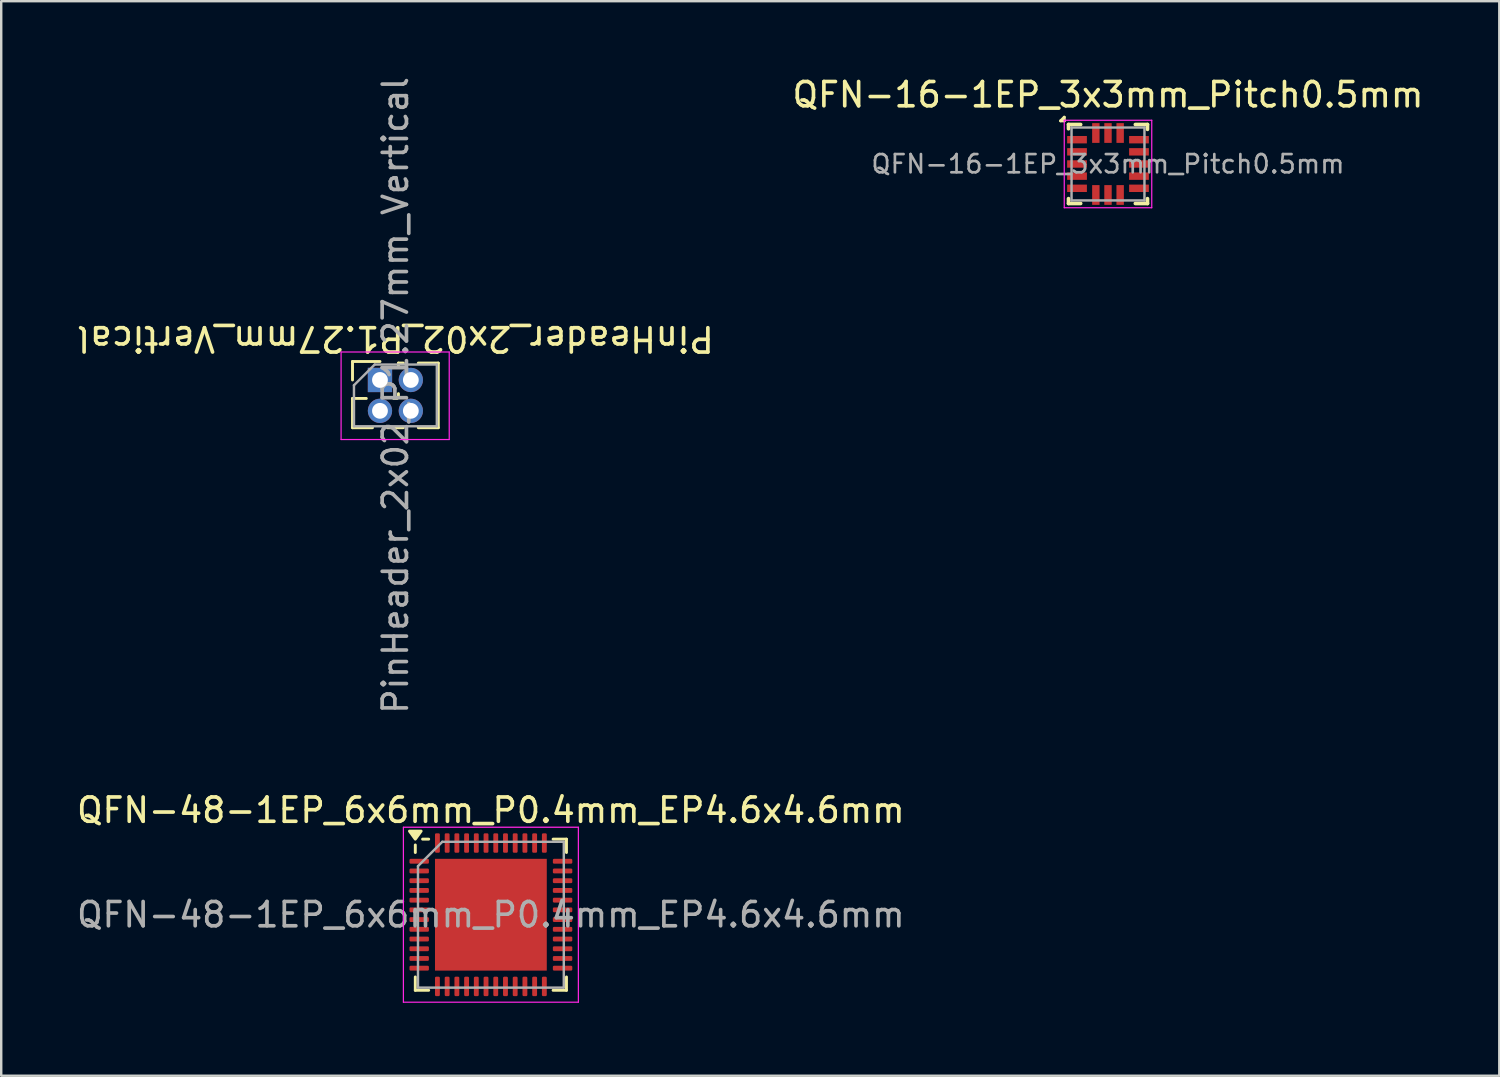
<source format=kicad_pcb>
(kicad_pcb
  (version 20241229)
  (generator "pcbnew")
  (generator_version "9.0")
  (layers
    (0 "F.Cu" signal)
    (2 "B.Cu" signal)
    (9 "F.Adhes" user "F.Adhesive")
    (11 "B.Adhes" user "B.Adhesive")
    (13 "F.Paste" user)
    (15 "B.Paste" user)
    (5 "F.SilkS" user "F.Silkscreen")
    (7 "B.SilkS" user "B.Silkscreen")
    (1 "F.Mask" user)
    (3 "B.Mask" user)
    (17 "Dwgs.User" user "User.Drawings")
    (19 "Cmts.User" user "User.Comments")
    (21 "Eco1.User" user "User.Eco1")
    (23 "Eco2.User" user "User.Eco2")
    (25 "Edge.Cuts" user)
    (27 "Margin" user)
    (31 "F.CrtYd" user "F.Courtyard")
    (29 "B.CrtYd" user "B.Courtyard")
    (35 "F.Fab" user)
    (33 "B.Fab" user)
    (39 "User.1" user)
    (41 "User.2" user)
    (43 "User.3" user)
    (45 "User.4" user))
  (footprint "QFN-48-1EP_6x6mm_P0.4mm_EP4.6x4.6mm"
    (layer "F.Cu")
    (at 17.149 34.589)
    (property "Reference" "QFN-48-1EP_6x6mm_P0.4mm_EP4.6x4.6mm" (at 0 -4.3 0) (unlocked yes) (layer "F.SilkS") (effects (font (size 1 1) (thickness 0.15))))
    (attr smd)
    (fp_line (start -3.11 -2.56) (end -3.11 -2.87) (stroke (width 0.12) (type solid)) (layer "F.SilkS"))
    (fp_line (start -3.11 3.11) (end -3.11 2.56) (stroke (width 0.12) (type solid)) (layer "F.SilkS"))
    (fp_line (start -2.56 -3.11) (end -2.81 -3.11) (stroke (width 0.12) (type solid)) (layer "F.SilkS"))
    (fp_line (start -2.56 3.11) (end -3.11 3.11) (stroke (width 0.12) (type solid)) (layer "F.SilkS"))
    (fp_line (start 2.56 -3.11) (end 3.11 -3.11) (stroke (width 0.12) (type solid)) (layer "F.SilkS"))
    (fp_line (start 2.56 3.11) (end 3.11 3.11) (stroke (width 0.12) (type solid)) (layer "F.SilkS"))
    (fp_line (start 3.11 -3.11) (end 3.11 -2.56) (stroke (width 0.12) (type solid)) (layer "F.SilkS"))
    (fp_line (start 3.11 3.11) (end 3.11 2.56) (stroke (width 0.12) (type solid)) (layer "F.SilkS"))
    (fp_poly (pts (xy -3.11 -3.11) (xy -3.35 -3.44) (xy -2.87 -3.44) (xy -3.11 -3.11)) (stroke (width 0.12) (type solid)) (fill yes) (layer "F.SilkS"))
    (fp_line (start -3.6 -3.6) (end -3.6 3.6) (stroke (width 0.05) (type solid)) (layer "F.CrtYd"))
    (fp_line (start -3.6 3.6) (end 3.6 3.6) (stroke (width 0.05) (type solid)) (layer "F.CrtYd"))
    (fp_line (start 3.6 -3.6) (end -3.6 -3.6) (stroke (width 0.05) (type solid)) (layer "F.CrtYd"))
    (fp_line (start 3.6 3.6) (end 3.6 -3.6) (stroke (width 0.05) (type solid)) (layer "F.CrtYd"))
    (fp_line (start -3 -2) (end -2 -3) (stroke (width 0.1) (type solid)) (layer "F.Fab"))
    (fp_line (start -3 3) (end -3 -2) (stroke (width 0.1) (type solid)) (layer "F.Fab"))
    (fp_line (start -2 -3) (end 3 -3) (stroke (width 0.1) (type solid)) (layer "F.Fab"))
    (fp_line (start 3 -3) (end 3 3) (stroke (width 0.1) (type solid)) (layer "F.Fab"))
    (fp_line (start 3 3) (end -3 3) (stroke (width 0.1) (type solid)) (layer "F.Fab"))
    (fp_text user "${REFERENCE}" (at 0 0 0) (layer "F.Fab") (effects (font (size 1 1) (thickness 0.15))))
    (pad "" smd roundrect (at -1.53 -1.53) (size 1.24 1.24) (layers "F.Paste") (roundrect_rratio 0.202))
    (pad "" smd roundrect (at -1.53 0) (size 1.24 1.24) (layers "F.Paste") (roundrect_rratio 0.202))
    (pad "" smd roundrect (at -1.53 1.53) (size 1.24 1.24) (layers "F.Paste") (roundrect_rratio 0.202))
    (pad "" smd roundrect (at 0 -1.53) (size 1.24 1.24) (layers "F.Paste") (roundrect_rratio 0.202))
    (pad "" smd roundrect (at 0 0) (size 1.24 1.24) (layers "F.Paste") (roundrect_rratio 0.202))
    (pad "" smd roundrect (at 0 1.53) (size 1.24 1.24) (layers "F.Paste") (roundrect_rratio 0.202))
    (pad "" smd roundrect (at 1.53 -1.53) (size 1.24 1.24) (layers "F.Paste") (roundrect_rratio 0.202))
    (pad "" smd roundrect (at 1.53 0) (size 1.24 1.24) (layers "F.Paste") (roundrect_rratio 0.202))
    (pad "" smd roundrect (at 1.53 1.53) (size 1.24 1.24) (layers "F.Paste") (roundrect_rratio 0.202))
    (pad "1" smd roundrect (at -2.95 -2.2) (size 0.8 0.2) (layers "F.Cu" "F.Mask" "F.Paste") (roundrect_rratio 0.25))
    (pad "2" smd roundrect (at -2.95 -1.8) (size 0.8 0.2) (layers "F.Cu" "F.Mask" "F.Paste") (roundrect_rratio 0.25))
    (pad "3" smd roundrect (at -2.95 -1.4) (size 0.8 0.2) (layers "F.Cu" "F.Mask" "F.Paste") (roundrect_rratio 0.25))
    (pad "4" smd roundrect (at -2.95 -1) (size 0.8 0.2) (layers "F.Cu" "F.Mask" "F.Paste") (roundrect_rratio 0.25))
    (pad "5" smd roundrect (at -2.95 -0.6) (size 0.8 0.2) (layers "F.Cu" "F.Mask" "F.Paste") (roundrect_rratio 0.25))
    (pad "6" smd roundrect (at -2.95 -0.2) (size 0.8 0.2) (layers "F.Cu" "F.Mask" "F.Paste") (roundrect_rratio 0.25))
    (pad "7" smd roundrect (at -2.95 0.2) (size 0.8 0.2) (layers "F.Cu" "F.Mask" "F.Paste") (roundrect_rratio 0.25))
    (pad "8" smd roundrect (at -2.95 0.6) (size 0.8 0.2) (layers "F.Cu" "F.Mask" "F.Paste") (roundrect_rratio 0.25))
    (pad "9" smd roundrect (at -2.95 1) (size 0.8 0.2) (layers "F.Cu" "F.Mask" "F.Paste") (roundrect_rratio 0.25))
    (pad "10" smd roundrect (at -2.95 1.4) (size 0.8 0.2) (layers "F.Cu" "F.Mask" "F.Paste") (roundrect_rratio 0.25))
    (pad "11" smd roundrect (at -2.95 1.8) (size 0.8 0.2) (layers "F.Cu" "F.Mask" "F.Paste") (roundrect_rratio 0.25))
    (pad "12" smd roundrect (at -2.95 2.2) (size 0.8 0.2) (layers "F.Cu" "F.Mask" "F.Paste") (roundrect_rratio 0.25))
    (pad "13" smd roundrect (at -2.2 2.95) (size 0.2 0.8) (layers "F.Cu" "F.Mask" "F.Paste") (roundrect_rratio 0.25))
    (pad "14" smd roundrect (at -1.8 2.95) (size 0.2 0.8) (layers "F.Cu" "F.Mask" "F.Paste") (roundrect_rratio 0.25))
    (pad "15" smd roundrect (at -1.4 2.95) (size 0.2 0.8) (layers "F.Cu" "F.Mask" "F.Paste") (roundrect_rratio 0.25))
    (pad "16" smd roundrect (at -1 2.95) (size 0.2 0.8) (layers "F.Cu" "F.Mask" "F.Paste") (roundrect_rratio 0.25))
    (pad "17" smd roundrect (at -0.6 2.95) (size 0.2 0.8) (layers "F.Cu" "F.Mask" "F.Paste") (roundrect_rratio 0.25))
    (pad "18" smd roundrect (at -0.2 2.95) (size 0.2 0.8) (layers "F.Cu" "F.Mask" "F.Paste") (roundrect_rratio 0.25))
    (pad "19" smd roundrect (at 0.2 2.95) (size 0.2 0.8) (layers "F.Cu" "F.Mask" "F.Paste") (roundrect_rratio 0.25))
    (pad "20" smd roundrect (at 0.6 2.95) (size 0.2 0.8) (layers "F.Cu" "F.Mask" "F.Paste") (roundrect_rratio 0.25))
    (pad "21" smd roundrect (at 1 2.95) (size 0.2 0.8) (layers "F.Cu" "F.Mask" "F.Paste") (roundrect_rratio 0.25))
    (pad "22" smd roundrect (at 1.4 2.95) (size 0.2 0.8) (layers "F.Cu" "F.Mask" "F.Paste") (roundrect_rratio 0.25))
    (pad "23" smd roundrect (at 1.8 2.95) (size 0.2 0.8) (layers "F.Cu" "F.Mask" "F.Paste") (roundrect_rratio 0.25))
    (pad "24" smd roundrect (at 2.2 2.95) (size 0.2 0.8) (layers "F.Cu" "F.Mask" "F.Paste") (roundrect_rratio 0.25))
    (pad "25" smd roundrect (at 2.95 2.2) (size 0.8 0.2) (layers "F.Cu" "F.Mask" "F.Paste") (roundrect_rratio 0.25))
    (pad "26" smd roundrect (at 2.95 1.8) (size 0.8 0.2) (layers "F.Cu" "F.Mask" "F.Paste") (roundrect_rratio 0.25))
    (pad "27" smd roundrect (at 2.95 1.4) (size 0.8 0.2) (layers "F.Cu" "F.Mask" "F.Paste") (roundrect_rratio 0.25))
    (pad "28" smd roundrect (at 2.95 1) (size 0.8 0.2) (layers "F.Cu" "F.Mask" "F.Paste") (roundrect_rratio 0.25))
    (pad "29" smd roundrect (at 2.95 0.6) (size 0.8 0.2) (layers "F.Cu" "F.Mask" "F.Paste") (roundrect_rratio 0.25))
    (pad "30" smd roundrect (at 2.95 0.2) (size 0.8 0.2) (layers "F.Cu" "F.Mask" "F.Paste") (roundrect_rratio 0.25))
    (pad "31" smd roundrect (at 2.95 -0.2) (size 0.8 0.2) (layers "F.Cu" "F.Mask" "F.Paste") (roundrect_rratio 0.25))
    (pad "32" smd roundrect (at 2.95 -0.6) (size 0.8 0.2) (layers "F.Cu" "F.Mask" "F.Paste") (roundrect_rratio 0.25))
    (pad "33" smd roundrect (at 2.95 -1) (size 0.8 0.2) (layers "F.Cu" "F.Mask" "F.Paste") (roundrect_rratio 0.25))
    (pad "34" smd roundrect (at 2.95 -1.4) (size 0.8 0.2) (layers "F.Cu" "F.Mask" "F.Paste") (roundrect_rratio 0.25))
    (pad "35" smd roundrect (at 2.95 -1.8) (size 0.8 0.2) (layers "F.Cu" "F.Mask" "F.Paste") (roundrect_rratio 0.25))
    (pad "36" smd roundrect (at 2.95 -2.2) (size 0.8 0.2) (layers "F.Cu" "F.Mask" "F.Paste") (roundrect_rratio 0.25))
    (pad "37" smd roundrect (at 2.2 -2.95) (size 0.2 0.8) (layers "F.Cu" "F.Mask" "F.Paste") (roundrect_rratio 0.25))
    (pad "38" smd roundrect (at 1.8 -2.95) (size 0.2 0.8) (layers "F.Cu" "F.Mask" "F.Paste") (roundrect_rratio 0.25))
    (pad "39" smd roundrect (at 1.4 -2.95) (size 0.2 0.8) (layers "F.Cu" "F.Mask" "F.Paste") (roundrect_rratio 0.25))
    (pad "40" smd roundrect (at 1 -2.95) (size 0.2 0.8) (layers "F.Cu" "F.Mask" "F.Paste") (roundrect_rratio 0.25))
    (pad "41" smd roundrect (at 0.6 -2.95) (size 0.2 0.8) (layers "F.Cu" "F.Mask" "F.Paste") (roundrect_rratio 0.25))
    (pad "42" smd roundrect (at 0.2 -2.95) (size 0.2 0.8) (layers "F.Cu" "F.Mask" "F.Paste") (roundrect_rratio 0.25))
    (pad "43" smd roundrect (at -0.2 -2.95) (size 0.2 0.8) (layers "F.Cu" "F.Mask" "F.Paste") (roundrect_rratio 0.25))
    (pad "44" smd roundrect (at -0.6 -2.95) (size 0.2 0.8) (layers "F.Cu" "F.Mask" "F.Paste") (roundrect_rratio 0.25))
    (pad "45" smd roundrect (at -1 -2.95) (size 0.2 0.8) (layers "F.Cu" "F.Mask" "F.Paste") (roundrect_rratio 0.25))
    (pad "46" smd roundrect (at -1.4 -2.95) (size 0.2 0.8) (layers "F.Cu" "F.Mask" "F.Paste") (roundrect_rratio 0.25))
    (pad "47" smd roundrect (at -1.8 -2.95) (size 0.2 0.8) (layers "F.Cu" "F.Mask" "F.Paste") (roundrect_rratio 0.25))
    (pad "48" smd roundrect (at -2.2 -2.95) (size 0.2 0.8) (layers "F.Cu" "F.Mask" "F.Paste") (roundrect_rratio 0.25))
    (pad "49" smd rect (at 0 0) (size 4.6 4.6) (property pad_prop_heatsink) (layers "F.Cu" "F.Mask")))
  (footprint "QFN-16-1EP_3x3mm_Pitch0.5mm"
    (layer "F.Cu")
    (at 42.542 3.698)
    (property "Reference" "QFN-16-1EP_3x3mm_Pitch0.5mm" (at 0 -2.85 0) (layer "F.SilkS") (effects (font (size 1 1) (thickness 0.15))))
    (attr smd)
    (fp_line (start -1.95 -1.775) (end -1.8 -1.775) (stroke (width 0.12) (type default)) (layer "F.SilkS"))
    (fp_line (start -1.8 -1.925) (end -1.95 -1.775) (stroke (width 0.12) (type default)) (layer "F.SilkS"))
    (fp_line (start -1.8 -1.775) (end -1.8 -1.925) (stroke (width 0.12) (type default)) (layer "F.SilkS"))
    (fp_line (start -1.625 -1.625) (end -1.625 -1.45) (stroke (width 0.15) (type default)) (layer "F.SilkS"))
    (fp_line (start -1.625 -1.625) (end -1.125 -1.625) (stroke (width 0.15) (type solid)) (layer "F.SilkS"))
    (fp_line (start -1.625 1.625) (end -1.625 1.425) (stroke (width 0.15) (type solid)) (layer "F.SilkS"))
    (fp_line (start -1.625 1.625) (end -1.125 1.625) (stroke (width 0.15) (type solid)) (layer "F.SilkS"))
    (fp_line (start 1.625 -1.625) (end 1.125 -1.625) (stroke (width 0.15) (type solid)) (layer "F.SilkS"))
    (fp_line (start 1.625 -1.625) (end 1.625 -1.425) (stroke (width 0.15) (type solid)) (layer "F.SilkS"))
    (fp_line (start 1.625 1.625) (end 1.125 1.625) (stroke (width 0.15) (type solid)) (layer "F.SilkS"))
    (fp_line (start 1.625 1.625) (end 1.625 1.425) (stroke (width 0.15) (type solid)) (layer "F.SilkS"))
    (fp_line (start -1.8 -1.8) (end -1.8 1.8) (stroke (width 0.05) (type default)) (layer "F.CrtYd"))
    (fp_line (start -1.8 1.8) (end 1.8 1.8) (stroke (width 0.05) (type default)) (layer "F.CrtYd"))
    (fp_line (start 1.8 -1.8) (end -1.8 -1.8) (stroke (width 0.05) (type default)) (layer "F.CrtYd"))
    (fp_line (start 1.8 1.8) (end 1.8 -1.8) (stroke (width 0.05) (type default)) (layer "F.CrtYd"))
    (fp_line (start -1.5 -1.5) (end 1.5 -1.5) (stroke (width 0.1) (type default)) (layer "F.Fab"))
    (fp_line (start -1.5 1.5) (end -1.5 -1.5) (stroke (width 0.1) (type default)) (layer "F.Fab"))
    (fp_line (start 1.5 -1.5) (end 1.5 1.5) (stroke (width 0.1) (type default)) (layer "F.Fab"))
    (fp_line (start 1.5 1.5) (end -1.5 1.5) (stroke (width 0.1) (type default)) (layer "F.Fab"))
    (fp_text user "${REFERENCE}" (at 0 0 0) (layer "F.Fab") (effects (font (size 0.75 0.75) (thickness 0.11))))
    (pad "1" smd rect (at -1.275 -1) (size 0.812 0.305) (layers "F.Cu" "F.Mask" "F.Paste"))
    (pad "2" smd rect (at -1.275 -0.5) (size 0.813 0.305) (layers "F.Cu" "F.Mask" "F.Paste"))
    (pad "3" smd rect (at -1.275 0) (size 0.813 0.305) (layers "F.Cu" "F.Mask" "F.Paste"))
    (pad "4" smd rect (at -1.275 0.5) (size 0.813 0.305) (layers "F.Cu" "F.Mask" "F.Paste"))
    (pad "5" smd rect (at -1.275 1) (size 0.813 0.305) (layers "F.Cu" "F.Mask" "F.Paste"))
    (pad "6" smd rect (at -0.5 1.275 90) (size 0.813 0.305) (layers "F.Cu" "F.Mask" "F.Paste"))
    (pad "7" smd rect (at 0 1.275 90) (size 0.813 0.305) (layers "F.Cu" "F.Mask" "F.Paste"))
    (pad "8" smd rect (at 0.5 1.275 90) (size 0.813 0.305) (layers "F.Cu" "F.Mask" "F.Paste"))
    (pad "9" smd rect (at 1.275 1) (size 0.813 0.305) (layers "F.Cu" "F.Mask" "F.Paste"))
    (pad "10" smd rect (at 1.275 0.5) (size 0.813 0.305) (layers "F.Cu" "F.Mask" "F.Paste"))
    (pad "11" smd rect (at 1.275 0) (size 0.813 0.305) (layers "F.Cu" "F.Mask" "F.Paste"))
    (pad "12" smd rect (at 1.275 -0.5) (size 0.813 0.305) (layers "F.Cu" "F.Mask" "F.Paste"))
    (pad "13" smd rect (at 1.275 -1) (size 0.813 0.305) (layers "F.Cu" "F.Mask" "F.Paste"))
    (pad "14" smd rect (at 0.5 -1.275 90) (size 0.813 0.305) (layers "F.Cu" "F.Mask" "F.Paste"))
    (pad "15" smd rect (at 0 -1.275 90) (size 0.813 0.305) (layers "F.Cu" "F.Mask" "F.Paste"))
    (pad "16" smd rect (at -0.5 -1.275 90) (size 0.813 0.305) (layers "F.Cu" "F.Mask" "F.Paste")))
  (footprint "PinHeader_2x02_P1.27mm_Vertical"
    (layer "F.Cu")
    (at 12.585 12.585)
    (property "Reference" "PinHeader_2x02_P1.27mm_Vertical" (at 0.635 -1.695 180) (unlocked yes) (layer "F.SilkS") (effects (font (size 1 1) (thickness 0.15))))
    (attr through_hole)
    (fp_line (start -1.13 -0.76) (end 0 -0.76) (stroke (width 0.12) (type solid)) (layer "F.SilkS"))
    (fp_line (start -1.13 0) (end -1.13 -0.76) (stroke (width 0.12) (type solid)) (layer "F.SilkS"))
    (fp_line (start -1.13 0.76) (end -1.13 1.965) (stroke (width 0.12) (type solid)) (layer "F.SilkS"))
    (fp_line (start -1.13 0.76) (end -0.563 0.76) (stroke (width 0.12) (type solid)) (layer "F.SilkS"))
    (fp_line (start -1.13 1.965) (end -0.308 1.965) (stroke (width 0.12) (type solid)) (layer "F.SilkS"))
    (fp_line (start 0.308 1.965) (end 0.962 1.965) (stroke (width 0.12) (type solid)) (layer "F.SilkS"))
    (fp_line (start 0.563 0.76) (end 0.707 0.76) (stroke (width 0.12) (type solid)) (layer "F.SilkS"))
    (fp_line (start 0.76 -0.695) (end 0.962 -0.695) (stroke (width 0.12) (type solid)) (layer "F.SilkS"))
    (fp_line (start 0.76 -0.563) (end 0.76 -0.695) (stroke (width 0.12) (type solid)) (layer "F.SilkS"))
    (fp_line (start 0.76 0.707) (end 0.76 0.563) (stroke (width 0.12) (type solid)) (layer "F.SilkS"))
    (fp_line (start 1.578 -0.695) (end 2.4 -0.695) (stroke (width 0.12) (type solid)) (layer "F.SilkS"))
    (fp_line (start 1.578 1.965) (end 2.4 1.965) (stroke (width 0.12) (type solid)) (layer "F.SilkS"))
    (fp_line (start 2.4 -0.695) (end 2.4 1.965) (stroke (width 0.12) (type solid)) (layer "F.SilkS"))
    (fp_line (start -1.6 -1.15) (end -1.6 2.45) (stroke (width 0.05) (type solid)) (layer "F.CrtYd"))
    (fp_line (start -1.6 2.45) (end 2.85 2.45) (stroke (width 0.05) (type solid)) (layer "F.CrtYd"))
    (fp_line (start 2.85 -1.15) (end -1.6 -1.15) (stroke (width 0.05) (type solid)) (layer "F.CrtYd"))
    (fp_line (start 2.85 2.45) (end 2.85 -1.15) (stroke (width 0.05) (type solid)) (layer "F.CrtYd"))
    (fp_line (start -1.07 0.217) (end -0.217 -0.635) (stroke (width 0.1) (type solid)) (layer "F.Fab"))
    (fp_line (start -1.07 1.905) (end -1.07 0.217) (stroke (width 0.1) (type solid)) (layer "F.Fab"))
    (fp_line (start -0.217 -0.635) (end 2.34 -0.635) (stroke (width 0.1) (type solid)) (layer "F.Fab"))
    (fp_line (start 2.34 -0.635) (end 2.34 1.905) (stroke (width 0.1) (type solid)) (layer "F.Fab"))
    (fp_line (start 2.34 1.905) (end -1.07 1.905) (stroke (width 0.1) (type solid)) (layer "F.Fab"))
    (fp_text user "${REFERENCE}" (at 0.635 0.635 90) (layer "F.Fab") (effects (font (size 1 1) (thickness 0.15))))
    (pad "1" thru_hole rect (at 0 0 180) (size 1 1) (drill 0.65) (layers "*.Cu" "*.Mask"))
    (pad "2" thru_hole oval (at 1.27 0 180) (size 1 1) (drill 0.65) (layers "*.Cu" "*.Mask"))
    (pad "3" thru_hole oval (at 0 1.27 180) (size 1 1) (drill 0.65) (layers "*.Cu" "*.Mask"))
    (pad "4" thru_hole oval (at 1.27 1.27 180) (size 1 1) (drill 0.65) (layers "*.Cu" "*.Mask")))
  (gr_rect
    (start -3 -3)
    (end 58.643 41.214)
    (stroke (width 0.1) (type default))
    (fill no)
    (layer "Edge.Cuts")))
</source>
